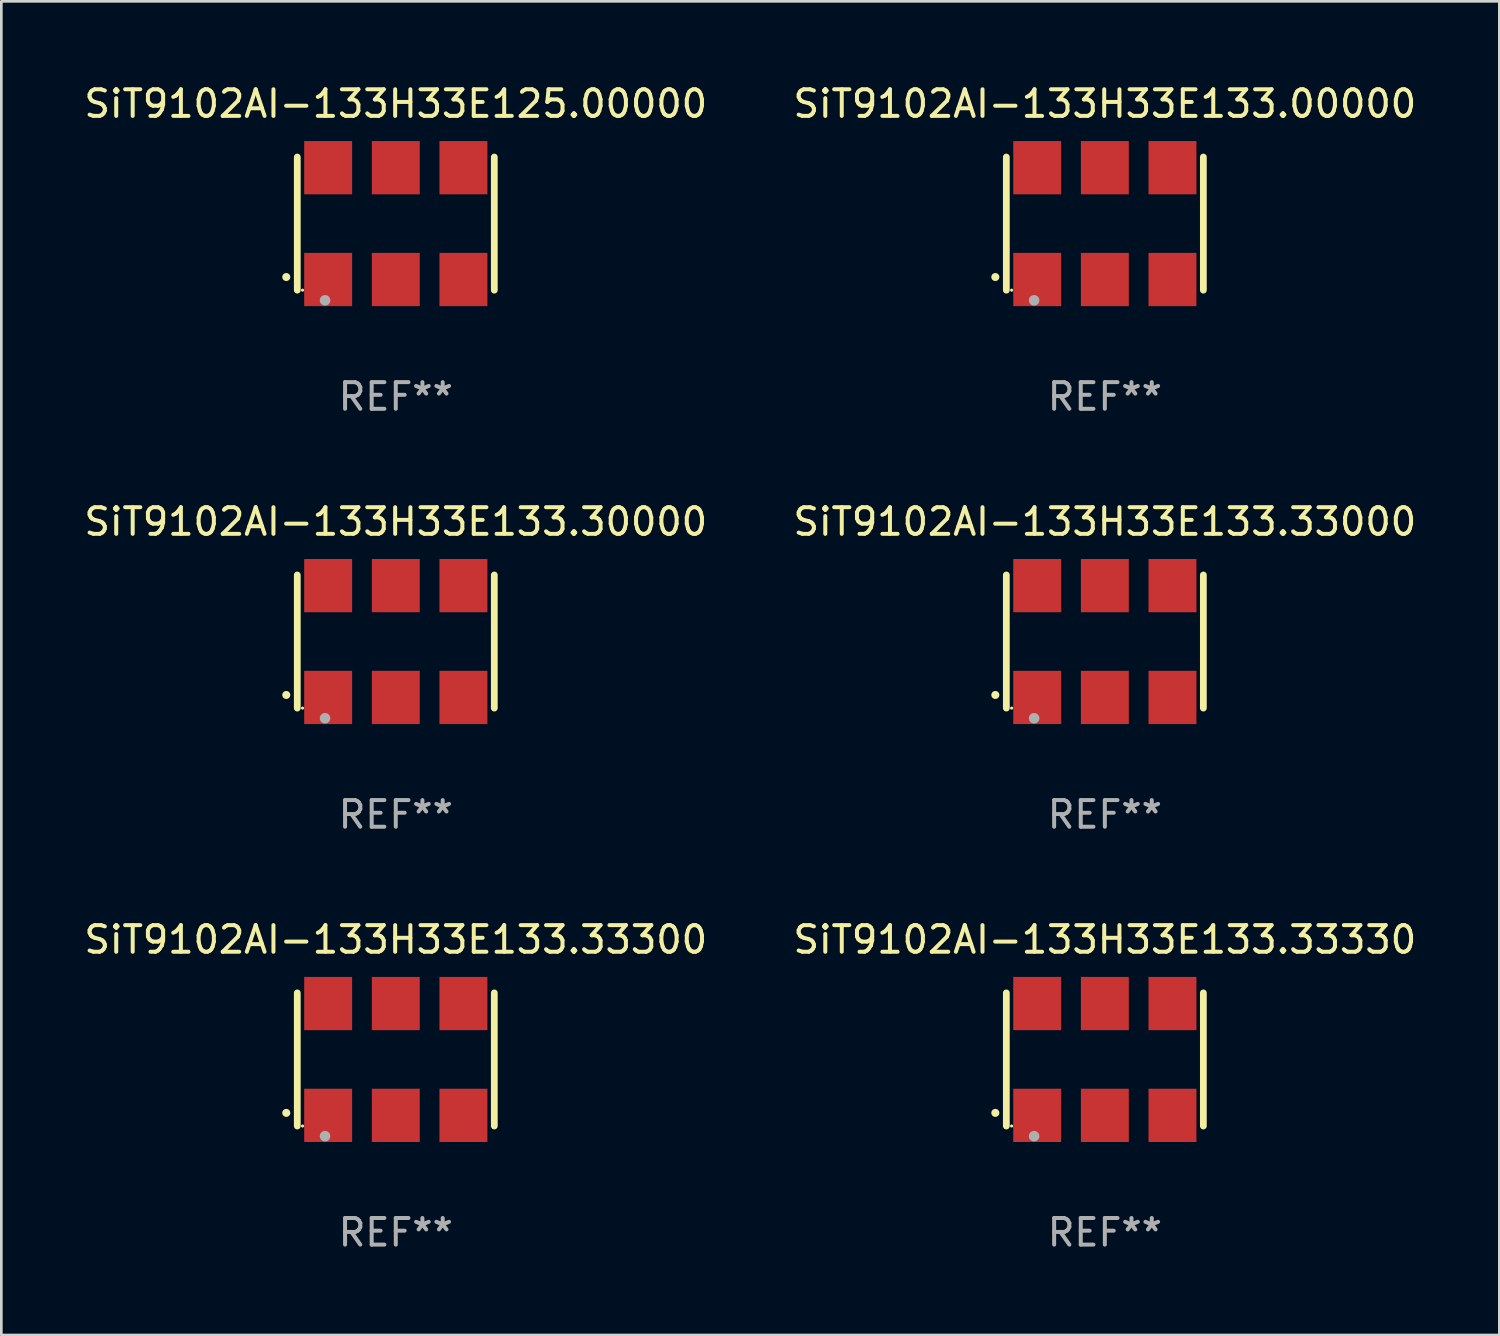
<source format=kicad_pcb>
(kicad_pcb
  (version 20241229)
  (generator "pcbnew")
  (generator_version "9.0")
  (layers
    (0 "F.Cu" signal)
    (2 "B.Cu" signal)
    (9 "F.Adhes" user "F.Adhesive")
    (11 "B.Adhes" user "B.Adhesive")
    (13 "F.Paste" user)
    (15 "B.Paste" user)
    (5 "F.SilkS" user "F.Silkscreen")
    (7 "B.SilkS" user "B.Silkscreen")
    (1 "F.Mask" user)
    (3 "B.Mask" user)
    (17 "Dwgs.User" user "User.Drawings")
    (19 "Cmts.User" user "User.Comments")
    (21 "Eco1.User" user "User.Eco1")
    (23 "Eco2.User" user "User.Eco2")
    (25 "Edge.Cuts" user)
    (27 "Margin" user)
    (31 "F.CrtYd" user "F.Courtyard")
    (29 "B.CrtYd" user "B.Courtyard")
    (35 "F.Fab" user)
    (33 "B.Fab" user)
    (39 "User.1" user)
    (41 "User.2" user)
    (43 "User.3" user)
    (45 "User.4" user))
  (footprint "SiT9102AI-133H33E133.33330"
    (layer "F.Cu")
    (at 38.446 36.741)
    (property "Reference" "SiT9102AI-133H33E133.33330" (at 0 -4.5 0) (layer "F.SilkS") (effects (font (size 1 1) (thickness 0.15))))
    (attr through_hole)
    (fp_line (start -3.7 -2.5) (end -3.7 2.5) (stroke (width 0.254) (type solid)) (layer "F.SilkS"))
    (fp_line (start 3.7 -2.5) (end 3.7 2.5) (stroke (width 0.254) (type solid)) (layer "F.SilkS"))
    (fp_arc (start -4.114415 2.006604) (mid -4.113145 2.006599) (end -4.111875 2.006604) (stroke (width 0.3) (type solid)) (layer "F.SilkS"))
    (fp_circle (center -3.502 2.5) (end -3.472 2.5) (stroke (width 0.06) (type solid)) (fill no) (layer "F.SilkS"))
    (fp_circle (center -2.657 2.882) (end -2.557 2.882) (stroke (width 0.2) (type solid)) (fill no) (layer "F.Fab"))
    (fp_text user "REF**" (at 0 6.5 0) (layer "F.Fab") (effects (font (size 1 1) (thickness 0.15))))
    (pad "1" smd rect (at -2.54 2.1) (size 1.8 2) (layers "F.Cu" "F.Mask" "F.Paste"))
    (pad "2" smd rect (at 0.000394 2.1) (size 1.8 2) (layers "F.Cu" "F.Mask" "F.Paste"))
    (pad "3" smd rect (at 2.54 2.1) (size 1.8 2) (layers "F.Cu" "F.Mask" "F.Paste"))
    (pad "4" smd rect (at 2.54 -2.1) (size 1.8 2) (layers "F.Cu" "F.Mask" "F.Paste"))
    (pad "5" smd rect (at 0.000394 -2.1) (size 1.8 2) (layers "F.Cu" "F.Mask" "F.Paste"))
    (pad "6" smd rect (at -2.54 -2.1) (size 1.8 2) (layers "F.Cu" "F.Mask" "F.Paste")))
  (footprint "SiT9102AI-133H33E125.00000"
    (layer "F.Cu")
    (at 11.815 5.348)
    (property "Reference" "SiT9102AI-133H33E125.00000" (at 0 -4.5 0) (layer "F.SilkS") (effects (font (size 1 1) (thickness 0.15))))
    (attr through_hole)
    (fp_line (start -3.7 -2.5) (end -3.7 2.5) (stroke (width 0.254) (type solid)) (layer "F.SilkS"))
    (fp_line (start 3.7 -2.5) (end 3.7 2.5) (stroke (width 0.254) (type solid)) (layer "F.SilkS"))
    (fp_arc (start -4.114415 2.006604) (mid -4.113145 2.006599) (end -4.111875 2.006604) (stroke (width 0.3) (type solid)) (layer "F.SilkS"))
    (fp_circle (center -3.502 2.5) (end -3.472 2.5) (stroke (width 0.06) (type solid)) (fill no) (layer "F.SilkS"))
    (fp_circle (center -2.657 2.882) (end -2.557 2.882) (stroke (width 0.2) (type solid)) (fill no) (layer "F.Fab"))
    (fp_text user "REF**" (at 0 6.5 0) (layer "F.Fab") (effects (font (size 1 1) (thickness 0.15))))
    (pad "1" smd rect (at -2.54 2.1) (size 1.8 2) (layers "F.Cu" "F.Mask" "F.Paste"))
    (pad "2" smd rect (at 0.000394 2.1) (size 1.8 2) (layers "F.Cu" "F.Mask" "F.Paste"))
    (pad "3" smd rect (at 2.54 2.1) (size 1.8 2) (layers "F.Cu" "F.Mask" "F.Paste"))
    (pad "4" smd rect (at 2.54 -2.1) (size 1.8 2) (layers "F.Cu" "F.Mask" "F.Paste"))
    (pad "5" smd rect (at 0.000394 -2.1) (size 1.8 2) (layers "F.Cu" "F.Mask" "F.Paste"))
    (pad "6" smd rect (at -2.54 -2.1) (size 1.8 2) (layers "F.Cu" "F.Mask" "F.Paste")))
  (footprint "SiT9102AI-133H33E133.30000"
    (layer "F.Cu")
    (at 11.815 21.045)
    (property "Reference" "SiT9102AI-133H33E133.30000" (at 0 -4.5 0) (layer "F.SilkS") (effects (font (size 1 1) (thickness 0.15))))
    (attr through_hole)
    (fp_line (start -3.7 -2.5) (end -3.7 2.5) (stroke (width 0.254) (type solid)) (layer "F.SilkS"))
    (fp_line (start 3.7 -2.5) (end 3.7 2.5) (stroke (width 0.254) (type solid)) (layer "F.SilkS"))
    (fp_arc (start -4.114415 2.006604) (mid -4.113145 2.006599) (end -4.111875 2.006604) (stroke (width 0.3) (type solid)) (layer "F.SilkS"))
    (fp_circle (center -3.502 2.5) (end -3.472 2.5) (stroke (width 0.06) (type solid)) (fill no) (layer "F.SilkS"))
    (fp_circle (center -2.657 2.882) (end -2.557 2.882) (stroke (width 0.2) (type solid)) (fill no) (layer "F.Fab"))
    (fp_text user "REF**" (at 0 6.5 0) (layer "F.Fab") (effects (font (size 1 1) (thickness 0.15))))
    (pad "1" smd rect (at -2.54 2.1) (size 1.8 2) (layers "F.Cu" "F.Mask" "F.Paste"))
    (pad "2" smd rect (at 0.000394 2.1) (size 1.8 2) (layers "F.Cu" "F.Mask" "F.Paste"))
    (pad "3" smd rect (at 2.54 2.1) (size 1.8 2) (layers "F.Cu" "F.Mask" "F.Paste"))
    (pad "4" smd rect (at 2.54 -2.1) (size 1.8 2) (layers "F.Cu" "F.Mask" "F.Paste"))
    (pad "5" smd rect (at 0.000394 -2.1) (size 1.8 2) (layers "F.Cu" "F.Mask" "F.Paste"))
    (pad "6" smd rect (at -2.54 -2.1) (size 1.8 2) (layers "F.Cu" "F.Mask" "F.Paste")))
  (footprint "SiT9102AI-133H33E133.00000"
    (layer "F.Cu")
    (at 38.446 5.348)
    (property "Reference" "SiT9102AI-133H33E133.00000" (at 0 -4.5 0) (layer "F.SilkS") (effects (font (size 1 1) (thickness 0.15))))
    (attr through_hole)
    (fp_line (start -3.7 -2.5) (end -3.7 2.5) (stroke (width 0.254) (type solid)) (layer "F.SilkS"))
    (fp_line (start 3.7 -2.5) (end 3.7 2.5) (stroke (width 0.254) (type solid)) (layer "F.SilkS"))
    (fp_arc (start -4.114415 2.006604) (mid -4.113145 2.006599) (end -4.111875 2.006604) (stroke (width 0.3) (type solid)) (layer "F.SilkS"))
    (fp_circle (center -3.502 2.5) (end -3.472 2.5) (stroke (width 0.06) (type solid)) (fill no) (layer "F.SilkS"))
    (fp_circle (center -2.657 2.882) (end -2.557 2.882) (stroke (width 0.2) (type solid)) (fill no) (layer "F.Fab"))
    (fp_text user "REF**" (at 0 6.5 0) (layer "F.Fab") (effects (font (size 1 1) (thickness 0.15))))
    (pad "1" smd rect (at -2.54 2.1) (size 1.8 2) (layers "F.Cu" "F.Mask" "F.Paste"))
    (pad "2" smd rect (at 0.000394 2.1) (size 1.8 2) (layers "F.Cu" "F.Mask" "F.Paste"))
    (pad "3" smd rect (at 2.54 2.1) (size 1.8 2) (layers "F.Cu" "F.Mask" "F.Paste"))
    (pad "4" smd rect (at 2.54 -2.1) (size 1.8 2) (layers "F.Cu" "F.Mask" "F.Paste"))
    (pad "5" smd rect (at 0.000394 -2.1) (size 1.8 2) (layers "F.Cu" "F.Mask" "F.Paste"))
    (pad "6" smd rect (at -2.54 -2.1) (size 1.8 2) (layers "F.Cu" "F.Mask" "F.Paste")))
  (footprint "SiT9102AI-133H33E133.33000"
    (layer "F.Cu")
    (at 38.446 21.045)
    (property "Reference" "SiT9102AI-133H33E133.33000" (at 0 -4.5 0) (layer "F.SilkS") (effects (font (size 1 1) (thickness 0.15))))
    (attr through_hole)
    (fp_line (start -3.7 -2.5) (end -3.7 2.5) (stroke (width 0.254) (type solid)) (layer "F.SilkS"))
    (fp_line (start 3.7 -2.5) (end 3.7 2.5) (stroke (width 0.254) (type solid)) (layer "F.SilkS"))
    (fp_arc (start -4.114415 2.006604) (mid -4.113145 2.006599) (end -4.111875 2.006604) (stroke (width 0.3) (type solid)) (layer "F.SilkS"))
    (fp_circle (center -3.502 2.5) (end -3.472 2.5) (stroke (width 0.06) (type solid)) (fill no) (layer "F.SilkS"))
    (fp_circle (center -2.657 2.882) (end -2.557 2.882) (stroke (width 0.2) (type solid)) (fill no) (layer "F.Fab"))
    (fp_text user "REF**" (at 0 6.5 0) (layer "F.Fab") (effects (font (size 1 1) (thickness 0.15))))
    (pad "1" smd rect (at -2.54 2.1) (size 1.8 2) (layers "F.Cu" "F.Mask" "F.Paste"))
    (pad "2" smd rect (at 0.000394 2.1) (size 1.8 2) (layers "F.Cu" "F.Mask" "F.Paste"))
    (pad "3" smd rect (at 2.54 2.1) (size 1.8 2) (layers "F.Cu" "F.Mask" "F.Paste"))
    (pad "4" smd rect (at 2.54 -2.1) (size 1.8 2) (layers "F.Cu" "F.Mask" "F.Paste"))
    (pad "5" smd rect (at 0.000394 -2.1) (size 1.8 2) (layers "F.Cu" "F.Mask" "F.Paste"))
    (pad "6" smd rect (at -2.54 -2.1) (size 1.8 2) (layers "F.Cu" "F.Mask" "F.Paste")))
  (footprint "SiT9102AI-133H33E133.33300"
    (layer "F.Cu")
    (at 11.815 36.741)
    (property "Reference" "SiT9102AI-133H33E133.33300" (at 0 -4.5 0) (layer "F.SilkS") (effects (font (size 1 1) (thickness 0.15))))
    (attr through_hole)
    (fp_line (start -3.7 -2.5) (end -3.7 2.5) (stroke (width 0.254) (type solid)) (layer "F.SilkS"))
    (fp_line (start 3.7 -2.5) (end 3.7 2.5) (stroke (width 0.254) (type solid)) (layer "F.SilkS"))
    (fp_arc (start -4.114415 2.006604) (mid -4.113145 2.006599) (end -4.111875 2.006604) (stroke (width 0.3) (type solid)) (layer "F.SilkS"))
    (fp_circle (center -3.502 2.5) (end -3.472 2.5) (stroke (width 0.06) (type solid)) (fill no) (layer "F.SilkS"))
    (fp_circle (center -2.657 2.882) (end -2.557 2.882) (stroke (width 0.2) (type solid)) (fill no) (layer "F.Fab"))
    (fp_text user "REF**" (at 0 6.5 0) (layer "F.Fab") (effects (font (size 1 1) (thickness 0.15))))
    (pad "1" smd rect (at -2.54 2.1) (size 1.8 2) (layers "F.Cu" "F.Mask" "F.Paste"))
    (pad "2" smd rect (at 0.000394 2.1) (size 1.8 2) (layers "F.Cu" "F.Mask" "F.Paste"))
    (pad "3" smd rect (at 2.54 2.1) (size 1.8 2) (layers "F.Cu" "F.Mask" "F.Paste"))
    (pad "4" smd rect (at 2.54 -2.1) (size 1.8 2) (layers "F.Cu" "F.Mask" "F.Paste"))
    (pad "5" smd rect (at 0.000394 -2.1) (size 1.8 2) (layers "F.Cu" "F.Mask" "F.Paste"))
    (pad "6" smd rect (at -2.54 -2.1) (size 1.8 2) (layers "F.Cu" "F.Mask" "F.Paste")))
  (gr_rect
    (start -3 -3)
    (end 53.262 47.09)
    (stroke (width 0.1) (type default))
    (fill no)
    (layer "Edge.Cuts")))
</source>
